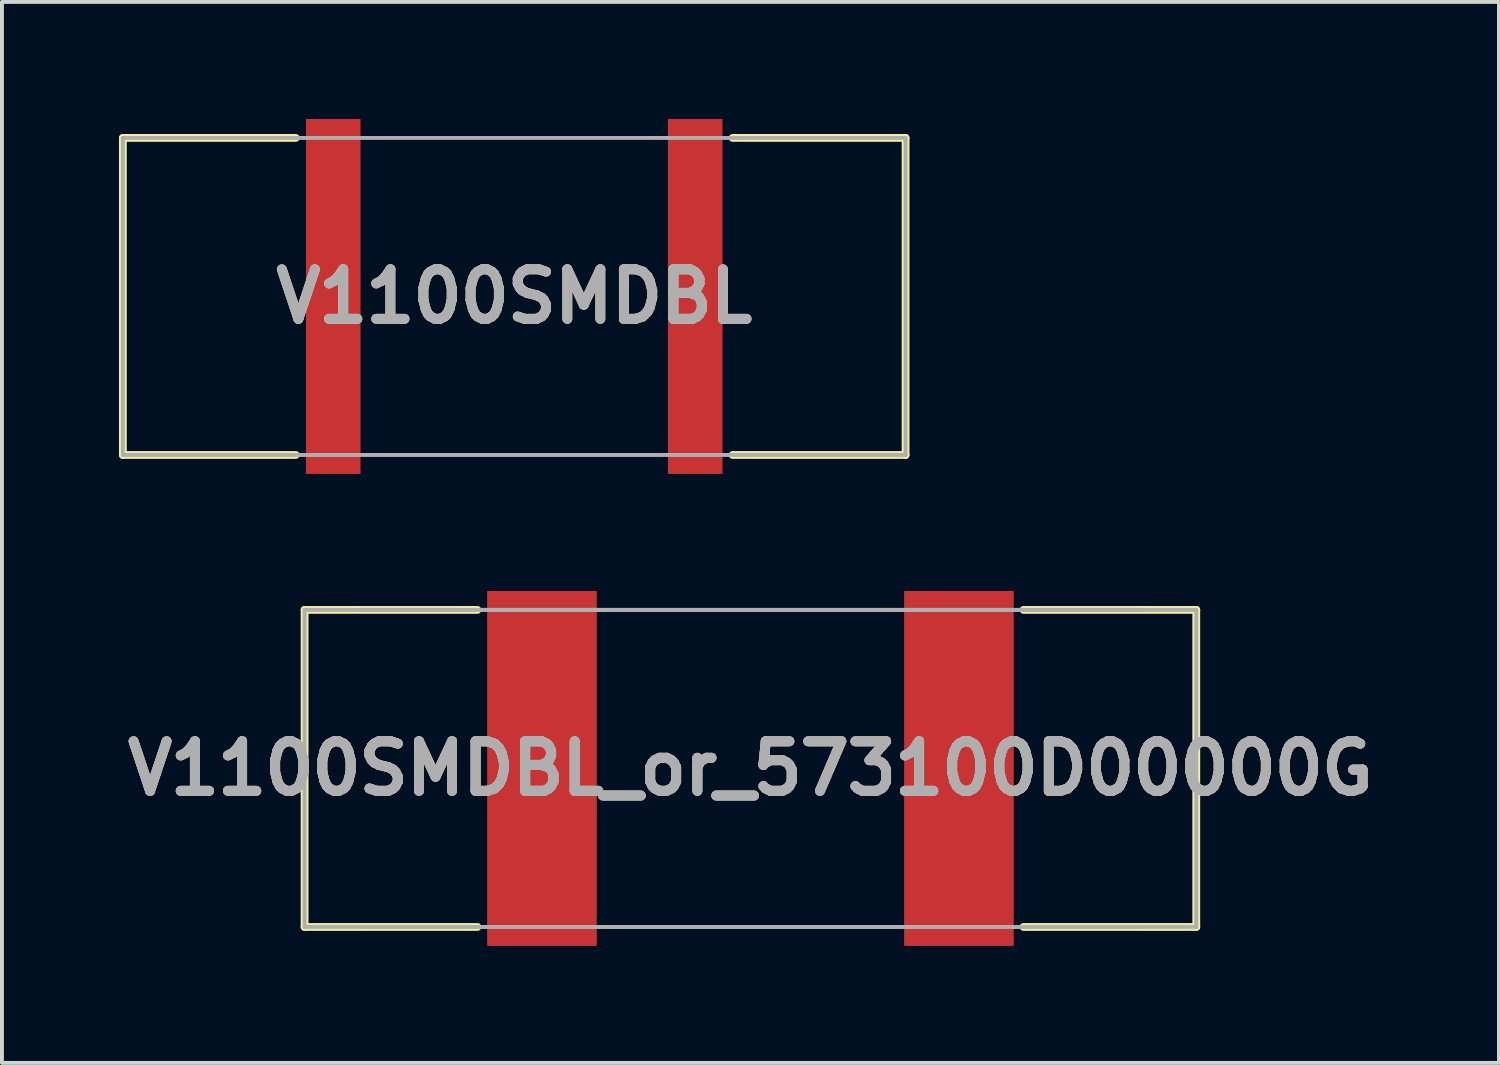
<source format=kicad_pcb>
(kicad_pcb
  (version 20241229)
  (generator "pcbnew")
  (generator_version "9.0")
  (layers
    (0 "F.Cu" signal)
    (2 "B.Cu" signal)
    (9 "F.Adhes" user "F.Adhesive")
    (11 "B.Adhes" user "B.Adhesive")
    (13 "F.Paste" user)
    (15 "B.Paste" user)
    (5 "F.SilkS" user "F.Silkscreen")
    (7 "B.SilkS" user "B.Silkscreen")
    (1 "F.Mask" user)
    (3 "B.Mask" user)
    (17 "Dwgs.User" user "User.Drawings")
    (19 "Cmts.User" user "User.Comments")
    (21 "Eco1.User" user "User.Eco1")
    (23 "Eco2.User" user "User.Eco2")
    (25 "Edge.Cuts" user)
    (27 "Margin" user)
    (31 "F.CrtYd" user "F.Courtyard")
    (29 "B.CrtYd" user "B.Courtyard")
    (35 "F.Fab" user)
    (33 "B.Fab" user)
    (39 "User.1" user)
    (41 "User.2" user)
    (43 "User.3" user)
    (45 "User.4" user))
  (footprint "V1100SMDBL"
    (layer "F.Cu")
    (at 10.133 4.55)
    (property "Reference" "V1100SMDBL" (at 0 0 0) (layer "F.SilkS") (effects (font (size 1.27 1.27) (thickness 0.254))))
    (attr smd)
    (fp_line (start -10.033 -4.064) (end -10.033 4.064) (stroke (width 0.2) (type solid)) (layer "F.SilkS"))
    (fp_line (start -10.033 4.064) (end -5.6 4.064) (stroke (width 0.2) (type solid)) (layer "F.SilkS"))
    (fp_line (start -5.6 -4.064) (end -10.033 -4.064) (stroke (width 0.2) (type solid)) (layer "F.SilkS"))
    (fp_line (start 5.6 -4.064) (end 10.033 -4.064) (stroke (width 0.2) (type solid)) (layer "F.SilkS"))
    (fp_line (start 10.033 -4.064) (end 10.033 4.064) (stroke (width 0.2) (type solid)) (layer "F.SilkS"))
    (fp_line (start 10.033 4.064) (end 5.6 4.064) (stroke (width 0.2) (type solid)) (layer "F.SilkS"))
    (fp_line (start -10.033 -4.064) (end 10.033 -4.064) (stroke (width 0.1) (type solid)) (layer "F.Fab"))
    (fp_line (start -10.033 4.064) (end -10.033 -4.064) (stroke (width 0.1) (type solid)) (layer "F.Fab"))
    (fp_line (start 10.033 -4.064) (end 10.033 4.064) (stroke (width 0.1) (type solid)) (layer "F.Fab"))
    (fp_line (start 10.033 4.064) (end -10.033 4.064) (stroke (width 0.1) (type solid)) (layer "F.Fab"))
    (fp_text user "${REFERENCE}" (at 0 0 0) (layer "F.Fab") (effects (font (size 1.27 1.27) (thickness 0.254))))
    (pad "1" smd rect (at -4.64 0) (size 1.4 9.1) (layers "F.Cu" "F.Mask" "F.Paste"))
    (pad "1" smd rect (at 4.64 0) (size 1.4 9.1) (layers "F.Cu" "F.Mask" "F.Paste")))
  (footprint "V1100SMDBL_or_573100D00000G"
    (layer "F.Cu")
    (at 16.189 16.65)
    (property "Reference" "V1100SMDBL_or_573100D00000G" (at 0 0 0) (layer "F.SilkS") (effects (font (size 1.27 1.27) (thickness 0.254))))
    (attr smd)
    (fp_line (start -11.43 -4.064) (end -11.43 4.064) (stroke (width 0.2) (type solid)) (layer "F.SilkS"))
    (fp_line (start -11.43 4.064) (end -7 4.064) (stroke (width 0.2) (type solid)) (layer "F.SilkS"))
    (fp_line (start -7 -4.064) (end -11.43 -4.064) (stroke (width 0.2) (type solid)) (layer "F.SilkS"))
    (fp_line (start 7 -4.064) (end 11.43 -4.064) (stroke (width 0.2) (type solid)) (layer "F.SilkS"))
    (fp_line (start 11.43 -4.064) (end 11.43 4.064) (stroke (width 0.2) (type solid)) (layer "F.SilkS"))
    (fp_line (start 11.43 4.064) (end 7 4.064) (stroke (width 0.2) (type solid)) (layer "F.SilkS"))
    (fp_line (start -11.43 -4.064) (end 11.43 -4.064) (stroke (width 0.1) (type solid)) (layer "F.Fab"))
    (fp_line (start -11.43 4.064) (end -11.43 -4.064) (stroke (width 0.1) (type solid)) (layer "F.Fab"))
    (fp_line (start -10.033 -4.064) (end 10.033 -4.064) (stroke (width 0.1) (type solid)) (layer "F.Fab"))
    (fp_line (start 10.033 4.064) (end -10.033 4.064) (stroke (width 0.1) (type solid)) (layer "F.Fab"))
    (fp_line (start 11.43 -4.064) (end 11.43 4.064) (stroke (width 0.1) (type solid)) (layer "F.Fab"))
    (fp_line (start 11.43 4.064) (end -11.43 4.064) (stroke (width 0.1) (type solid)) (layer "F.Fab"))
    (fp_text user "${REFERENCE}" (at 0 0 0) (layer "F.Fab") (effects (font (size 1.27 1.27) (thickness 0.254))))
    (fp_text user "${REFERENCE}" (at 0 0 0) (layer "F.Fab") (effects (font (size 1.27 1.27) (thickness 0.254))))
    (pad "1" smd rect (at -5.345 0) (size 2.81 9.1) (layers "F.Cu" "F.Mask" "F.Paste"))
    (pad "1" smd rect (at 5.345 0) (size 2.81 9.1) (layers "F.Cu" "F.Mask" "F.Paste")))
  (gr_rect
    (start -3 -3)
    (end 35.379 24.2)
    (stroke (width 0.1) (type default))
    (fill no)
    (layer "Edge.Cuts")))
</source>
